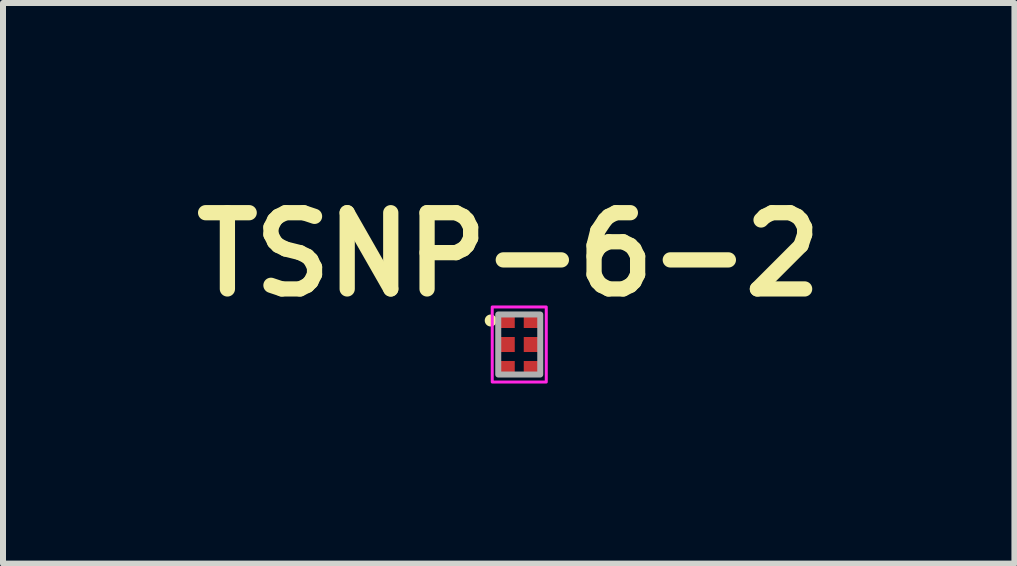
<source format=kicad_pcb>
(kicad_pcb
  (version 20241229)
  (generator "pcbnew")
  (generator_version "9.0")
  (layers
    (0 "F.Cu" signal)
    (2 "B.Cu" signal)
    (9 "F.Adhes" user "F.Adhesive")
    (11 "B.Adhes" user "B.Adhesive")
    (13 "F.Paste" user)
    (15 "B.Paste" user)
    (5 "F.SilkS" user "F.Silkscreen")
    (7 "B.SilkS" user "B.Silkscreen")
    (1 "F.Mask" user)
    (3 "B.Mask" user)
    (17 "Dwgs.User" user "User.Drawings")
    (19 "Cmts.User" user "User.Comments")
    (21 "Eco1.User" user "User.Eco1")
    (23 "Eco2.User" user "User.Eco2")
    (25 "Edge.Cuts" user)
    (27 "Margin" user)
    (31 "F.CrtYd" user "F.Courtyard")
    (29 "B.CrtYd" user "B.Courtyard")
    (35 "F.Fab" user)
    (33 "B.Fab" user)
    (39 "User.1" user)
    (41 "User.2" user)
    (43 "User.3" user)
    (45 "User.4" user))
  (footprint "TSNP-6-2"
    (layer "F.Cu")
    (at 5.425 2.689)
    (property "Reference" "TSNP-6-2" (at 0 -1.5 0) (layer "F.SilkS") (effects (font (size 1.27 1.27) (thickness 0.254))))
    (attr smd)
    (fp_line (start -0.3 -0.4) (end -0.3 -0.4) (stroke (width 0.2) (type solid)) (layer "F.SilkS"))
    (fp_poly (pts (xy -0.275 0.625) (xy 0.625 0.625) (xy 0.625 -0.625) (xy -0.275 -0.625)) (stroke (width 0.05) (type solid)) (fill no) (layer "F.CrtYd"))
    (fp_poly (pts (xy -0.175 0.5) (xy 0.525 0.5) (xy 0.525 -0.5) (xy -0.175 -0.5)) (stroke (width 0.1) (type solid)) (fill no) (layer "F.Fab"))
    (pad "1" smd rect (at -0.025 -0.4 90) (size 0.25 0.25) (layers "F.Cu" "F.Mask" "F.Paste"))
    (pad "2" smd rect (at -0.025 0 90) (size 0.25 0.25) (layers "F.Cu" "F.Mask" "F.Paste"))
    (pad "3" smd rect (at -0.025 0.4 90) (size 0.25 0.25) (layers "F.Cu" "F.Mask" "F.Paste"))
    (pad "4" smd rect (at 0.375 0.4 90) (size 0.25 0.25) (layers "F.Cu" "F.Mask" "F.Paste"))
    (pad "5" smd rect (at 0.375 0 90) (size 0.25 0.25) (layers "F.Cu" "F.Mask" "F.Paste"))
    (pad "6" smd rect (at 0.375 -0.4 90) (size 0.25 0.25) (layers "F.Cu" "F.Mask" "F.Paste")))
  (gr_rect
    (start -3 -3)
    (end 13.849 6.339)
    (stroke (width 0.1) (type default))
    (fill no)
    (layer "Edge.Cuts")))
</source>
